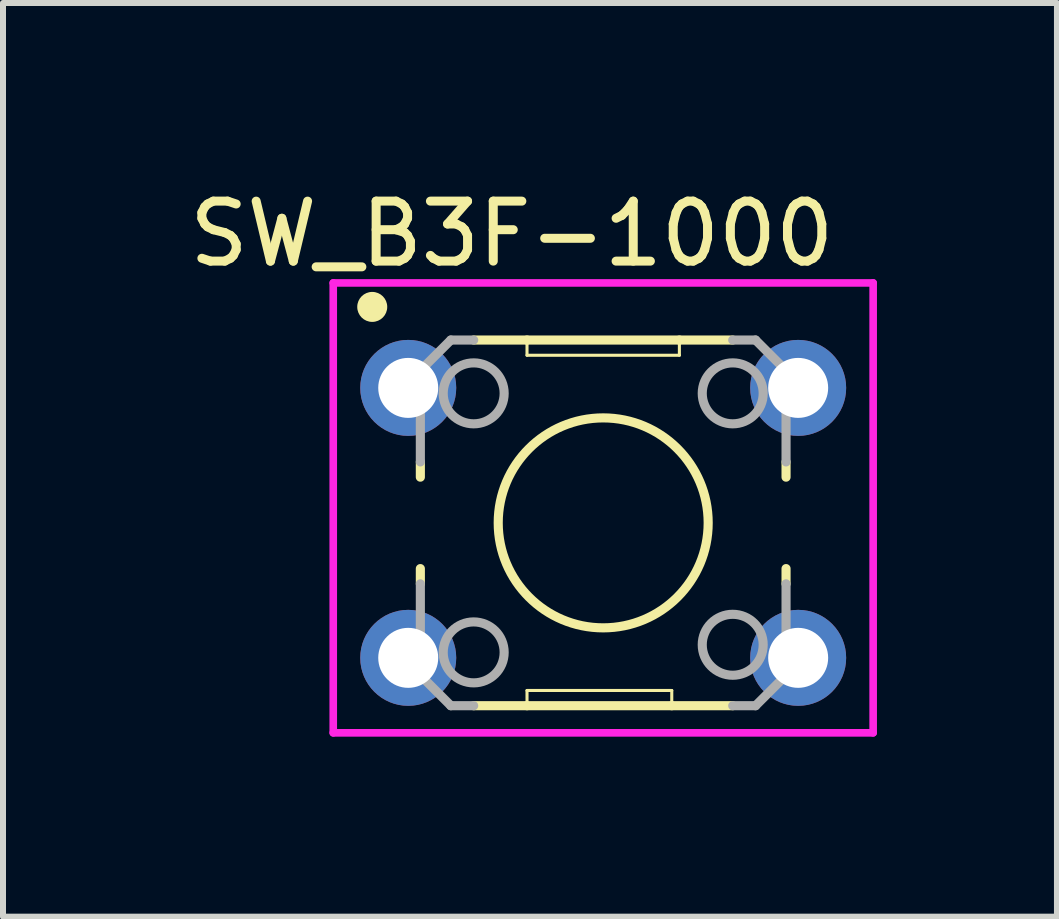
<source format=kicad_pcb>
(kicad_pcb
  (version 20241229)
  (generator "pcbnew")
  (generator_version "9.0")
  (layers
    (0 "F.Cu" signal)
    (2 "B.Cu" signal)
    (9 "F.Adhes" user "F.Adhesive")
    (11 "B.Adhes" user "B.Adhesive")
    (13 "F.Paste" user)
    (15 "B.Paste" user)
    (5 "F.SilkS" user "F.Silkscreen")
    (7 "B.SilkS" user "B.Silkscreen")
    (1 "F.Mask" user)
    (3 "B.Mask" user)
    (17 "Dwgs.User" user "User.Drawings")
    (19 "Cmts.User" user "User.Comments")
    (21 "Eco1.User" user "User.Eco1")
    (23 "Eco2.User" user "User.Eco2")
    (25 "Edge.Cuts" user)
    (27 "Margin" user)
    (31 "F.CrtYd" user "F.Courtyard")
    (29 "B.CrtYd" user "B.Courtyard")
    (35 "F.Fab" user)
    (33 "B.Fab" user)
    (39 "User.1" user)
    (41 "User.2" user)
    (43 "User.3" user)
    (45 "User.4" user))
  (footprint "SW_B3F-1000"
    (layer "F.Cu")
    (at 7.005 5.666)
    (property "Reference" "SW_B3F-1000" (at -1.523 -4.818 0) (layer "F.SilkS") (effects (font (size 1 1) (thickness 0.15))))
    (attr through_hole)
    (fp_line (start -3.048 -0.762) (end -3.048 -1.016) (stroke (width 0.152) (type solid)) (layer "F.SilkS"))
    (fp_line (start -3.048 0.762) (end -3.048 1.016) (stroke (width 0.152) (type solid)) (layer "F.SilkS"))
    (fp_line (start -2.159 3.048) (end -1.27 3.048) (stroke (width 0.152) (type solid)) (layer "F.SilkS"))
    (fp_line (start -1.27 -3.048) (end -2.159 -3.048) (stroke (width 0.152) (type solid)) (layer "F.SilkS"))
    (fp_line (start -1.27 -3.048) (end -1.27 -2.794) (stroke (width 0.051) (type solid)) (layer "F.SilkS"))
    (fp_line (start -1.27 2.794) (end -1.27 3.048) (stroke (width 0.051) (type solid)) (layer "F.SilkS"))
    (fp_line (start -1.27 3.048) (end 1.143 3.048) (stroke (width 0.152) (type solid)) (layer "F.SilkS"))
    (fp_line (start 1.143 2.794) (end -1.27 2.794) (stroke (width 0.051) (type solid)) (layer "F.SilkS"))
    (fp_line (start 1.143 2.794) (end 1.143 3.048) (stroke (width 0.051) (type solid)) (layer "F.SilkS"))
    (fp_line (start 1.143 3.048) (end 2.159 3.048) (stroke (width 0.152) (type solid)) (layer "F.SilkS"))
    (fp_line (start 1.27 -3.048) (end -1.27 -3.048) (stroke (width 0.152) (type solid)) (layer "F.SilkS"))
    (fp_line (start 1.27 -2.794) (end -1.27 -2.794) (stroke (width 0.051) (type solid)) (layer "F.SilkS"))
    (fp_line (start 1.27 -2.794) (end 1.27 -3.048) (stroke (width 0.051) (type solid)) (layer "F.SilkS"))
    (fp_line (start 2.159 -3.048) (end 1.27 -3.048) (stroke (width 0.152) (type solid)) (layer "F.SilkS"))
    (fp_line (start 3.048 -0.762) (end 3.048 -1.016) (stroke (width 0.152) (type solid)) (layer "F.SilkS"))
    (fp_line (start 3.048 0.762) (end 3.048 1.016) (stroke (width 0.152) (type solid)) (layer "F.SilkS"))
    (fp_circle (center -3.85 -3.6) (end -3.6 -3.6) (stroke (width 0) (type solid)) (fill yes) (layer "F.SilkS"))
    (fp_circle (center 0 0) (end 1.75 0) (stroke (width 0.152) (type solid)) (fill no) (layer "F.SilkS"))
    (fp_line (start -4.5 -4) (end 4.5 -4) (stroke (width 0.127) (type solid)) (layer "F.CrtYd"))
    (fp_line (start -4.5 3.5) (end -4.5 -4) (stroke (width 0.127) (type solid)) (layer "F.CrtYd"))
    (fp_line (start 4.5 -4) (end 4.5 3.5) (stroke (width 0.127) (type solid)) (layer "F.CrtYd"))
    (fp_line (start 4.5 3.5) (end -4.5 3.5) (stroke (width 0.127) (type solid)) (layer "F.CrtYd"))
    (fp_line (start -3.048 -2.54) (end -3.048 -1.016) (stroke (width 0.152) (type solid)) (layer "F.Fab"))
    (fp_line (start -3.048 2.54) (end -3.048 1.016) (stroke (width 0.152) (type solid)) (layer "F.Fab"))
    (fp_line (start -2.54 -3.048) (end -3.048 -2.54) (stroke (width 0.152) (type solid)) (layer "F.Fab"))
    (fp_line (start -2.54 -3.048) (end -2.159 -3.048) (stroke (width 0.152) (type solid)) (layer "F.Fab"))
    (fp_line (start -2.54 3.048) (end -3.048 2.54) (stroke (width 0.152) (type solid)) (layer "F.Fab"))
    (fp_line (start -2.54 3.048) (end -2.159 3.048) (stroke (width 0.152) (type solid)) (layer "F.Fab"))
    (fp_line (start 2.54 -3.048) (end 2.159 -3.048) (stroke (width 0.152) (type solid)) (layer "F.Fab"))
    (fp_line (start 2.54 3.048) (end 2.159 3.048) (stroke (width 0.152) (type solid)) (layer "F.Fab"))
    (fp_line (start 2.54 3.048) (end 3.048 2.54) (stroke (width 0.152) (type solid)) (layer "F.Fab"))
    (fp_line (start 3.048 -2.54) (end 2.54 -3.048) (stroke (width 0.152) (type solid)) (layer "F.Fab"))
    (fp_line (start 3.048 -1.016) (end 3.048 -2.54) (stroke (width 0.152) (type solid)) (layer "F.Fab"))
    (fp_line (start 3.048 2.54) (end 3.048 1.016) (stroke (width 0.152) (type solid)) (layer "F.Fab"))
    (fp_circle (center -2.159 -2.159) (end -1.651 -2.159) (stroke (width 0.152) (type solid)) (fill no) (layer "F.Fab"))
    (fp_circle (center -2.159 2.159) (end -1.651 2.159) (stroke (width 0.152) (type solid)) (fill no) (layer "F.Fab"))
    (fp_circle (center 2.159 -2.159) (end 2.667 -2.159) (stroke (width 0.152) (type solid)) (fill no) (layer "F.Fab"))
    (fp_circle (center 2.159 2.032) (end 2.667 2.032) (stroke (width 0.152) (type solid)) (fill no) (layer "F.Fab"))
    (pad "1" thru_hole circle (at -3.25 -2.25) (size 1.6 1.6) (drill 1) (layers "*.Cu" "*.Mask"))
    (pad "2" thru_hole circle (at 3.25 -2.25) (size 1.6 1.6) (drill 1) (layers "*.Cu" "*.Mask"))
    (pad "3" thru_hole circle (at -3.25 2.25) (size 1.6 1.6) (drill 1) (layers "*.Cu" "*.Mask"))
    (pad "4" thru_hole circle (at 3.25 2.25) (size 1.6 1.6) (drill 1) (layers "*.Cu" "*.Mask")))
  (gr_rect
    (start -3 -3)
    (end 14.569 12.23)
    (stroke (width 0.1) (type default))
    (fill no)
    (layer "Edge.Cuts")))
</source>
